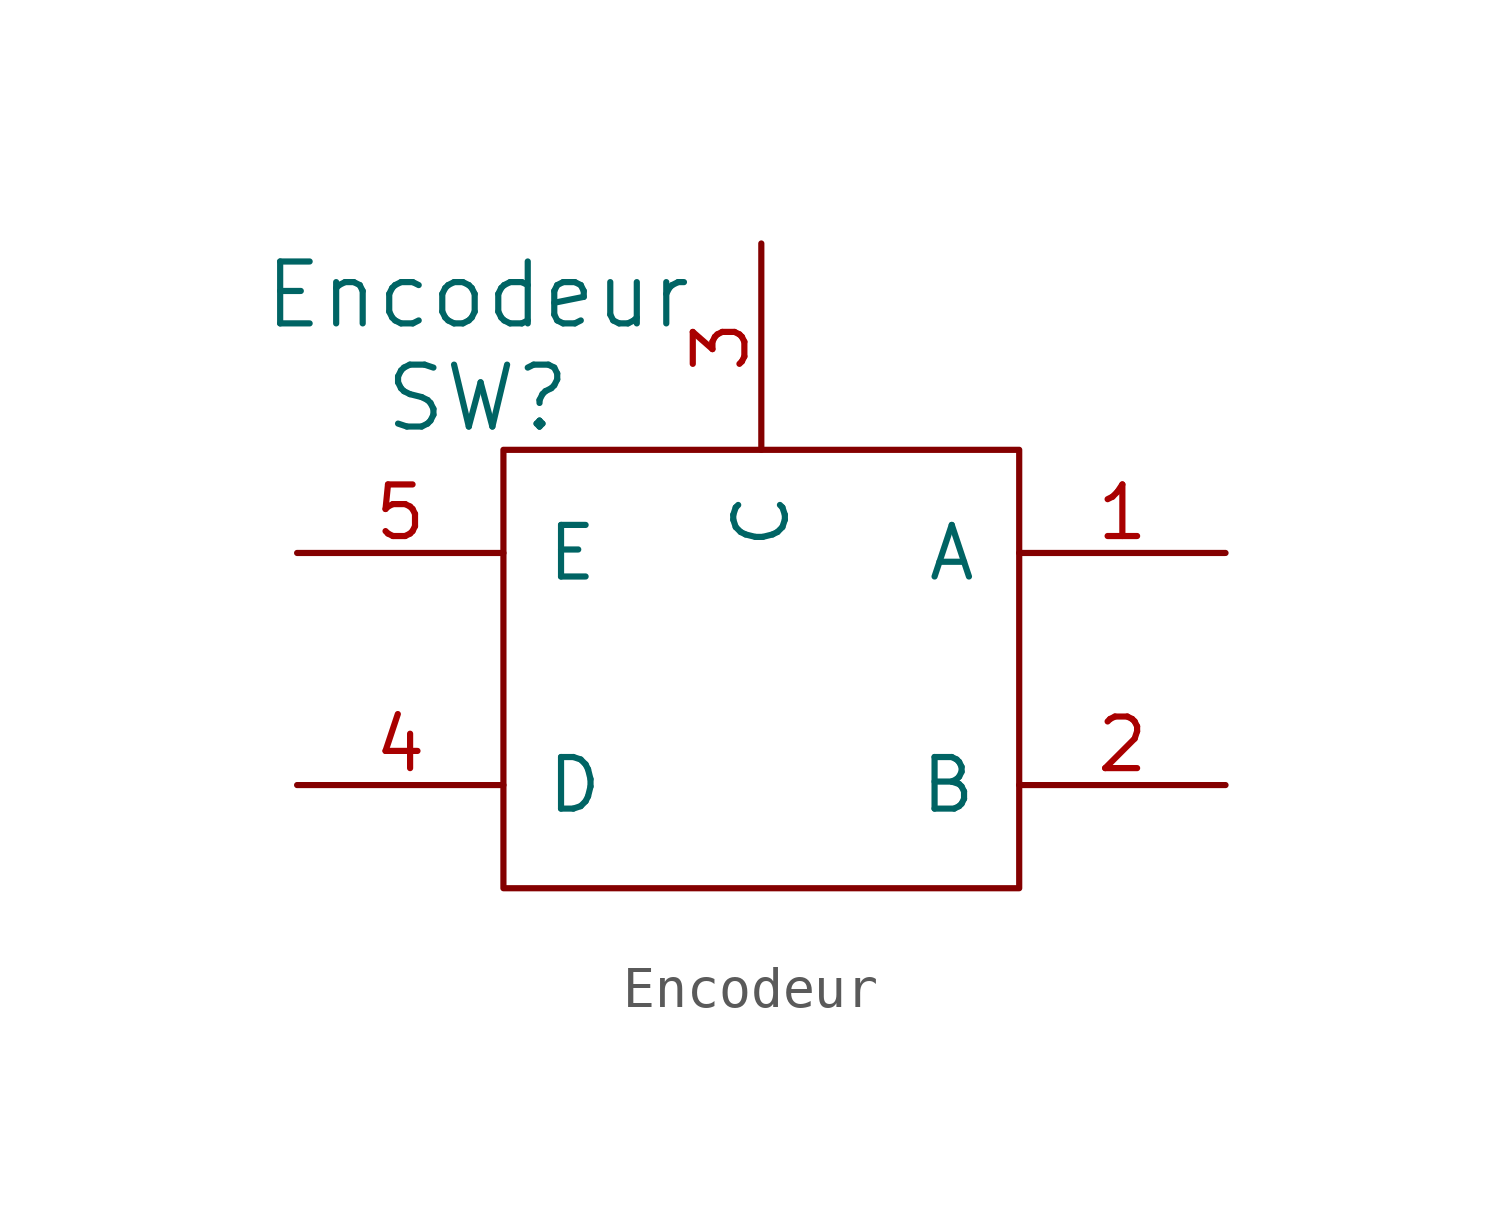
<source format=kicad_sym>
(kicad_symbol_lib
  (version 20211014)
  (generator kicad_symbol_editor)
  (symbol "Encodeur"
    (pin_names
      (offset 1.016))
    (property "Reference" "SW"
      (at -6.985 0 0)
      (effects (font (size 1.524 1.524))))
    (property "Value" "Encodeur"
      (at -6.985 2.54 0)
      (effects (font (size 1.524 1.524))))
    (symbol "Encodeur_0_1"
      (polyline (pts (xy -6.35 -1.27) (xy 6.35 -1.27) (xy 6.35 -12.065) (xy -6.35 -12.065) (xy -6.35 -1.27)) (stroke (width 0) (type default) (color 0 0 0 0)) (fill (type none))))
    (symbol "Encodeur_1_1"
      (pin input line (at 11.43 -3.81 180) (length 5.08) (name "A" (effects (font (size 1.27 1.27)))) (number "1" (effects (font (size 1.27 1.27)))))
      (pin input line (at 11.43 -9.525 180) (length 5.08) (name "B" (effects (font (size 1.27 1.27)))) (number "2" (effects (font (size 1.27 1.27)))))
      (pin input line (at 0 3.81 270) (length 5.08) (name "C" (effects (font (size 1.27 1.27)))) (number "3" (effects (font (size 1.27 1.27)))))
      (pin input line (at -11.43 -9.525 0) (length 5.08) (name "D" (effects (font (size 1.27 1.27)))) (number "4" (effects (font (size 1.27 1.27)))))
      (pin input line (at -11.43 -3.81 0) (length 5.08) (name "E" (effects (font (size 1.27 1.27)))) (number "5" (effects (font (size 1.27 1.27))))))))
</source>
